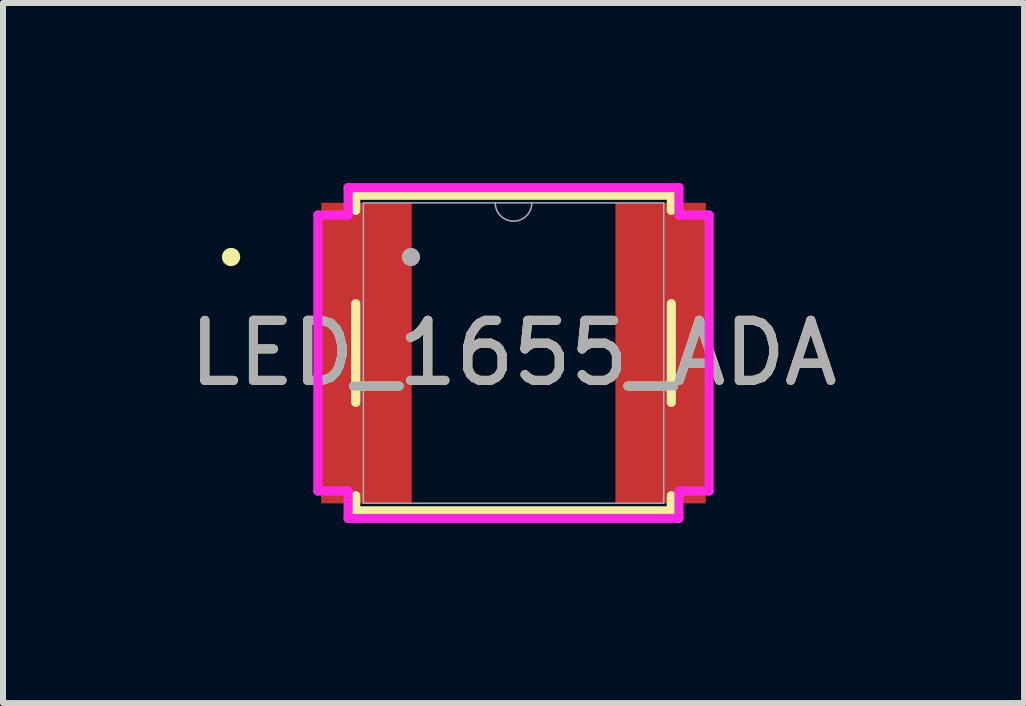
<source format=kicad_pcb>
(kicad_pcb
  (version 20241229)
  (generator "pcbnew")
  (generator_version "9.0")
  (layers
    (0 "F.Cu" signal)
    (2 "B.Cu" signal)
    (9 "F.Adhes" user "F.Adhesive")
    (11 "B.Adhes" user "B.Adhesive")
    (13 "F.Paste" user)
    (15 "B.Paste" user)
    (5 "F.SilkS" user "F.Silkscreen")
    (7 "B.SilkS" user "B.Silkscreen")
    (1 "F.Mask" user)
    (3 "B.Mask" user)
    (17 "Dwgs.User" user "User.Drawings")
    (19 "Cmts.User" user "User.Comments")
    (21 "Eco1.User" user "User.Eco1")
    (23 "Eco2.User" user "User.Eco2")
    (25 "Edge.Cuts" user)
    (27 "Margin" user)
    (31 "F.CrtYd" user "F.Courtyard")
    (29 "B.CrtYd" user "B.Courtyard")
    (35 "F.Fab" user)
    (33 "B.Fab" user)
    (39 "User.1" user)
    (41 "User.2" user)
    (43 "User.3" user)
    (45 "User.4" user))
  (footprint "LED_1655_ADA"
    (layer "F.Cu")
    (at 5.506 2.832)
    (property "Reference" "LED_1655_ADA" (at 0 0 0) (unlocked yes) (layer "F.SilkS") (effects (font (size 1 1) (thickness 0.15))))
    (attr smd)
    (fp_poly (pts (xy -3.199 -2.502) (xy -1.701 -2.502) (xy -1.701 2.502) (xy -3.199 2.502)) (stroke (width 0) (type solid)) (fill yes) (layer "F.Cu"))
    (fp_poly (pts (xy -3.199 -2.502) (xy -1.701 -2.502) (xy -1.701 2.502) (xy -3.199 2.502)) (stroke (width 0) (type solid)) (fill yes) (layer "F.Cu"))
    (fp_poly (pts (xy 1.701 -2.502) (xy 3.199 -2.502) (xy 3.199 2.502) (xy 1.701 2.502)) (stroke (width 0) (type solid)) (fill yes) (layer "F.Cu"))
    (fp_poly (pts (xy 1.701 -2.502) (xy 3.199 -2.502) (xy 3.199 2.502) (xy 1.701 2.502)) (stroke (width 0) (type solid)) (fill yes) (layer "F.Cu"))
    (fp_poly (pts (xy -3.199 -2.502) (xy -1.701 -2.502) (xy -1.701 2.502) (xy -3.199 2.502)) (stroke (width 0) (type solid)) (fill yes) (layer "F.Mask"))
    (fp_poly (pts (xy 1.701 -2.502) (xy 3.199 -2.502) (xy 3.199 2.502) (xy 1.701 2.502)) (stroke (width 0) (type solid)) (fill yes) (layer "F.Mask"))
    (fp_line (start -2.629 -2.629) (end -2.629 -2.377) (stroke (width 0.152) (type solid)) (layer "F.SilkS"))
    (fp_line (start -2.629 -0.823) (end -2.629 0.823) (stroke (width 0.152) (type solid)) (layer "F.SilkS"))
    (fp_line (start -2.629 2.377) (end -2.629 2.629) (stroke (width 0.152) (type solid)) (layer "F.SilkS"))
    (fp_line (start -2.629 2.629) (end 2.629 2.629) (stroke (width 0.152) (type solid)) (layer "F.SilkS"))
    (fp_line (start 2.629 -2.629) (end -2.629 -2.629) (stroke (width 0.152) (type solid)) (layer "F.SilkS"))
    (fp_line (start 2.629 -2.377) (end 2.629 -2.629) (stroke (width 0.152) (type solid)) (layer "F.SilkS"))
    (fp_line (start 2.629 0.823) (end 2.629 -0.823) (stroke (width 0.152) (type solid)) (layer "F.SilkS"))
    (fp_line (start 2.629 2.629) (end 2.629 2.377) (stroke (width 0.152) (type solid)) (layer "F.SilkS"))
    (fp_circle (center -4.706 -1.6) (end -4.63 -1.6) (stroke (width 0.152) (type solid)) (fill no) (layer "F.SilkS"))
    (fp_poly (pts (xy -3.199 -2.502) (xy -1.701 -2.502) (xy -1.701 2.502) (xy -3.199 2.502)) (stroke (width 0) (type solid)) (fill yes) (layer "F.Paste"))
    (fp_poly (pts (xy 1.701 -2.502) (xy 3.199 -2.502) (xy 3.199 2.502) (xy 1.701 2.502)) (stroke (width 0) (type solid)) (fill yes) (layer "F.Paste"))
    (fp_line (start -3.259 -2.299) (end -2.756 -2.299) (stroke (width 0.152) (type solid)) (layer "F.CrtYd"))
    (fp_line (start -3.259 2.299) (end -3.259 -2.299) (stroke (width 0.152) (type solid)) (layer "F.CrtYd"))
    (fp_line (start -3.259 2.299) (end -2.756 2.299) (stroke (width 0.152) (type solid)) (layer "F.CrtYd"))
    (fp_line (start -2.756 -2.756) (end 2.756 -2.756) (stroke (width 0.152) (type solid)) (layer "F.CrtYd"))
    (fp_line (start -2.756 -2.299) (end -2.756 -2.756) (stroke (width 0.152) (type solid)) (layer "F.CrtYd"))
    (fp_line (start -2.756 2.756) (end -2.756 2.299) (stroke (width 0.152) (type solid)) (layer "F.CrtYd"))
    (fp_line (start 2.756 -2.756) (end 2.756 -2.299) (stroke (width 0.152) (type solid)) (layer "F.CrtYd"))
    (fp_line (start 2.756 2.299) (end 2.756 2.756) (stroke (width 0.152) (type solid)) (layer "F.CrtYd"))
    (fp_line (start 2.756 2.756) (end -2.756 2.756) (stroke (width 0.152) (type solid)) (layer "F.CrtYd"))
    (fp_line (start 3.259 -2.299) (end 2.756 -2.299) (stroke (width 0.152) (type solid)) (layer "F.CrtYd"))
    (fp_line (start 3.259 -2.299) (end 3.259 2.299) (stroke (width 0.152) (type solid)) (layer "F.CrtYd"))
    (fp_line (start 3.259 2.299) (end 2.756 2.299) (stroke (width 0.152) (type solid)) (layer "F.CrtYd"))
    (fp_line (start -2.502 -2.502) (end -2.502 2.502) (stroke (width 0.025) (type solid)) (layer "F.Fab"))
    (fp_line (start -2.502 2.502) (end 2.502 2.502) (stroke (width 0.025) (type solid)) (layer "F.Fab"))
    (fp_line (start 2.502 -2.502) (end -2.502 -2.502) (stroke (width 0.025) (type solid)) (layer "F.Fab"))
    (fp_line (start 2.502 2.502) (end 2.502 -2.502) (stroke (width 0.025) (type solid)) (layer "F.Fab"))
    (fp_arc (start 0.3048 -2.5019) (mid 0 -2.1971) (end -0.3048 -2.5019) (stroke (width 0.0254) (type solid)) (layer "F.Fab"))
    (fp_circle (center -1.709 -1.6) (end -1.709 -1.6) (stroke (width 0.152) (type solid)) (fill no) (layer "F.Fab"))
    (fp_text user "${REFERENCE}" (at 0 0 0) (unlocked yes) (layer "F.Fab") (effects (font (size 1 1) (thickness 0.15))))
    (pad "1" smd rect (at -2.357 -1.6) (size 1.295 0.889) (layers "F.Cu" "F.Mask" "F.Paste"))
    (pad "2" smd rect (at -2.357 1.6) (size 1.295 0.889) (layers "F.Cu" "F.Mask" "F.Paste"))
    (pad "3" smd rect (at 2.357 1.6) (size 1.295 0.889) (layers "F.Cu" "F.Mask" "F.Paste"))
    (pad "4" smd rect (at 2.357 -1.6) (size 1.295 0.889) (layers "F.Cu" "F.Mask" "F.Paste")))
  (gr_rect
    (start -3 -3)
    (end 14.012 8.664)
    (stroke (width 0.1) (type default))
    (fill no)
    (layer "Edge.Cuts")))
</source>
